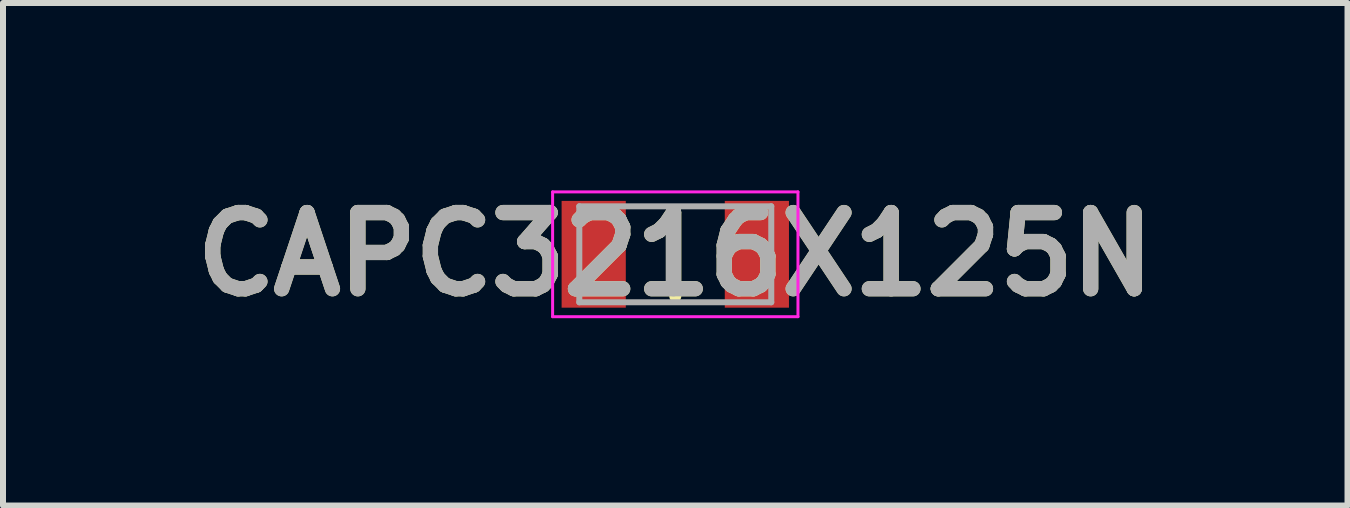
<source format=kicad_pcb>
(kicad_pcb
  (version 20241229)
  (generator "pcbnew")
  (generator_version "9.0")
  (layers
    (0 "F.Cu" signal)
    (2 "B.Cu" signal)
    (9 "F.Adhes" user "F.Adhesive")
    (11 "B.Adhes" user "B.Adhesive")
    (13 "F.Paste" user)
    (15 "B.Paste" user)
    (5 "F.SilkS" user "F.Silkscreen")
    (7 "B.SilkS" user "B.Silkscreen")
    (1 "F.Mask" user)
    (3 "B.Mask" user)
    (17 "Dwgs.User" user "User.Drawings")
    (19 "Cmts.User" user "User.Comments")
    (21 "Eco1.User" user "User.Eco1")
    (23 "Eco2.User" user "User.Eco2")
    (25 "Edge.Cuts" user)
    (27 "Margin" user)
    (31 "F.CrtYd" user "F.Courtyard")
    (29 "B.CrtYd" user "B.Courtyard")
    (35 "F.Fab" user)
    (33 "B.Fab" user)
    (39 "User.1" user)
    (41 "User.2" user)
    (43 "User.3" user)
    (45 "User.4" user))
  (footprint "CAPC3216X125N"
    (layer "F.Cu")
    (at 8.207 1.189)
    (property "Reference" "CAPC3216X125N" (at 0 0 0) (layer "F.SilkS") (effects (font (size 1.27 1.27) (thickness 0.254))))
    (attr smd)
    (fp_line (start 0 -0.7) (end 0 0.7) (stroke (width 0.2) (type solid)) (layer "F.SilkS"))
    (fp_line (start -2.045 -1.04) (end 2.045 -1.04) (stroke (width 0.05) (type solid)) (layer "F.CrtYd"))
    (fp_line (start -2.045 1.04) (end -2.045 -1.04) (stroke (width 0.05) (type solid)) (layer "F.CrtYd"))
    (fp_line (start 2.045 -1.04) (end 2.045 1.04) (stroke (width 0.05) (type solid)) (layer "F.CrtYd"))
    (fp_line (start 2.045 1.04) (end -2.045 1.04) (stroke (width 0.05) (type solid)) (layer "F.CrtYd"))
    (fp_line (start -1.6 -0.8) (end 1.6 -0.8) (stroke (width 0.1) (type solid)) (layer "F.Fab"))
    (fp_line (start -1.6 0.8) (end -1.6 -0.8) (stroke (width 0.1) (type solid)) (layer "F.Fab"))
    (fp_line (start 1.6 -0.8) (end 1.6 0.8) (stroke (width 0.1) (type solid)) (layer "F.Fab"))
    (fp_line (start 1.6 0.8) (end -1.6 0.8) (stroke (width 0.1) (type solid)) (layer "F.Fab"))
    (fp_text user "${REFERENCE}" (at 0 0 0) (layer "F.Fab") (effects (font (size 1.27 1.27) (thickness 0.254))))
    (pad "1" smd rect (at -1.36 0) (size 1.07 1.78) (layers "F.Cu" "F.Mask" "F.Paste"))
    (pad "2" smd rect (at 1.36 0) (size 1.07 1.78) (layers "F.Cu" "F.Mask" "F.Paste")))
  (gr_rect
    (start -3 -3)
    (end 19.413 5.377)
    (stroke (width 0.1) (type default))
    (fill no)
    (layer "Edge.Cuts")))
</source>
